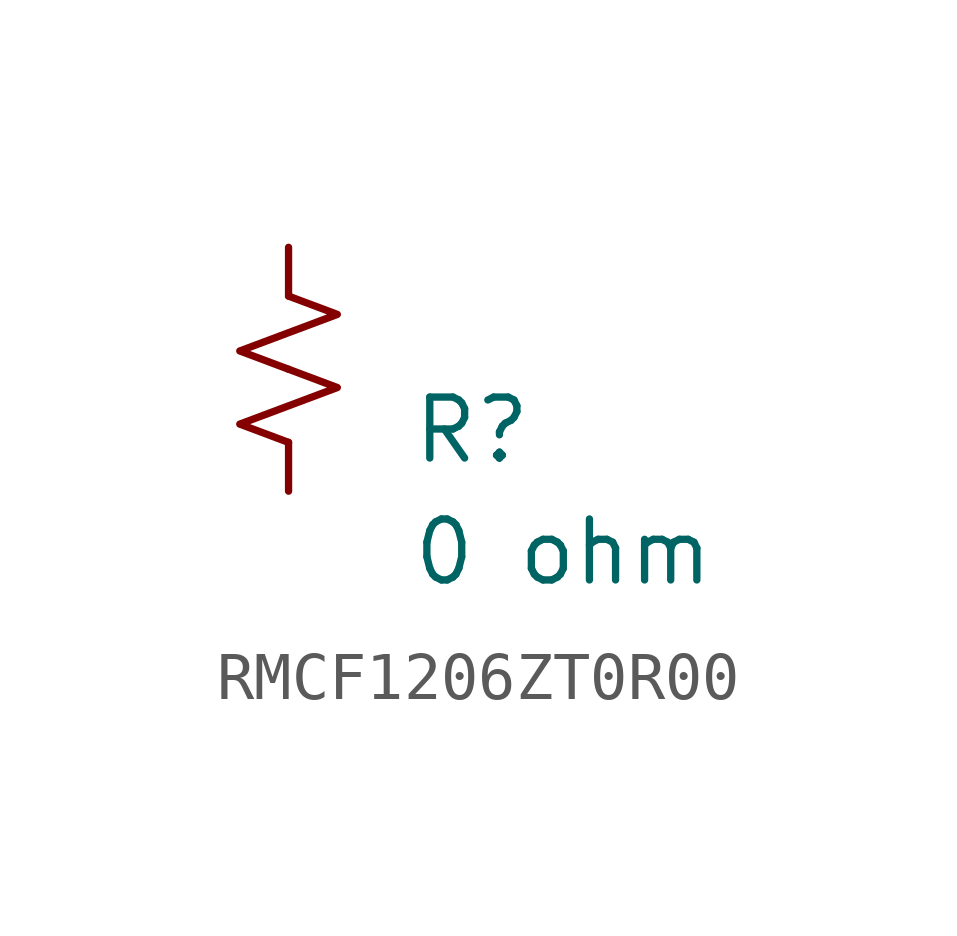
<source format=kicad_sym>
(kicad_symbol_lib
  (version 20210619)
  (generator kicad_symbol_editor)
  (symbol "RMCF1206ZT0R00"
    (pin_numbers hide)
    (pin_names
      (offset 0.254) hide)
    (property "Reference" "R"
      (at 2.54 -1.27 0)
      (effects (font (size 1.27 1.27)) (justify left)))
    (property "value" "0 ohm"
      (at 2.54 -3.81 0)
      (effects (font (size 1.27 1.27)) (justify left)))
    (symbol "RMCF1206ZT0R00_1_1"
      (polyline (pts (xy 0 0) (xy 1.016 -0.381) (xy 0 -0.762) (xy -1.016 -1.143) (xy 0 -1.524)) (stroke (width 0)) (fill (type none)))
      (polyline (pts (xy 0 1.524) (xy 1.016 1.143) (xy 0 0.762) (xy -1.016 0.381) (xy 0 0)) (stroke (width 0)) (fill (type none)))
      (pin passive line (at 0 2.54 270) (length 1.016) (name "~" (effects (font (size 1.27 1.27)))) (number "1" (effects (font (size 1.27 1.27)))))
      (pin passive line (at 0 -2.54 90) (length 1.016) (name "~" (effects (font (size 1.27 1.27)))) (number "2" (effects (font (size 1.27 1.27))))))))
</source>
